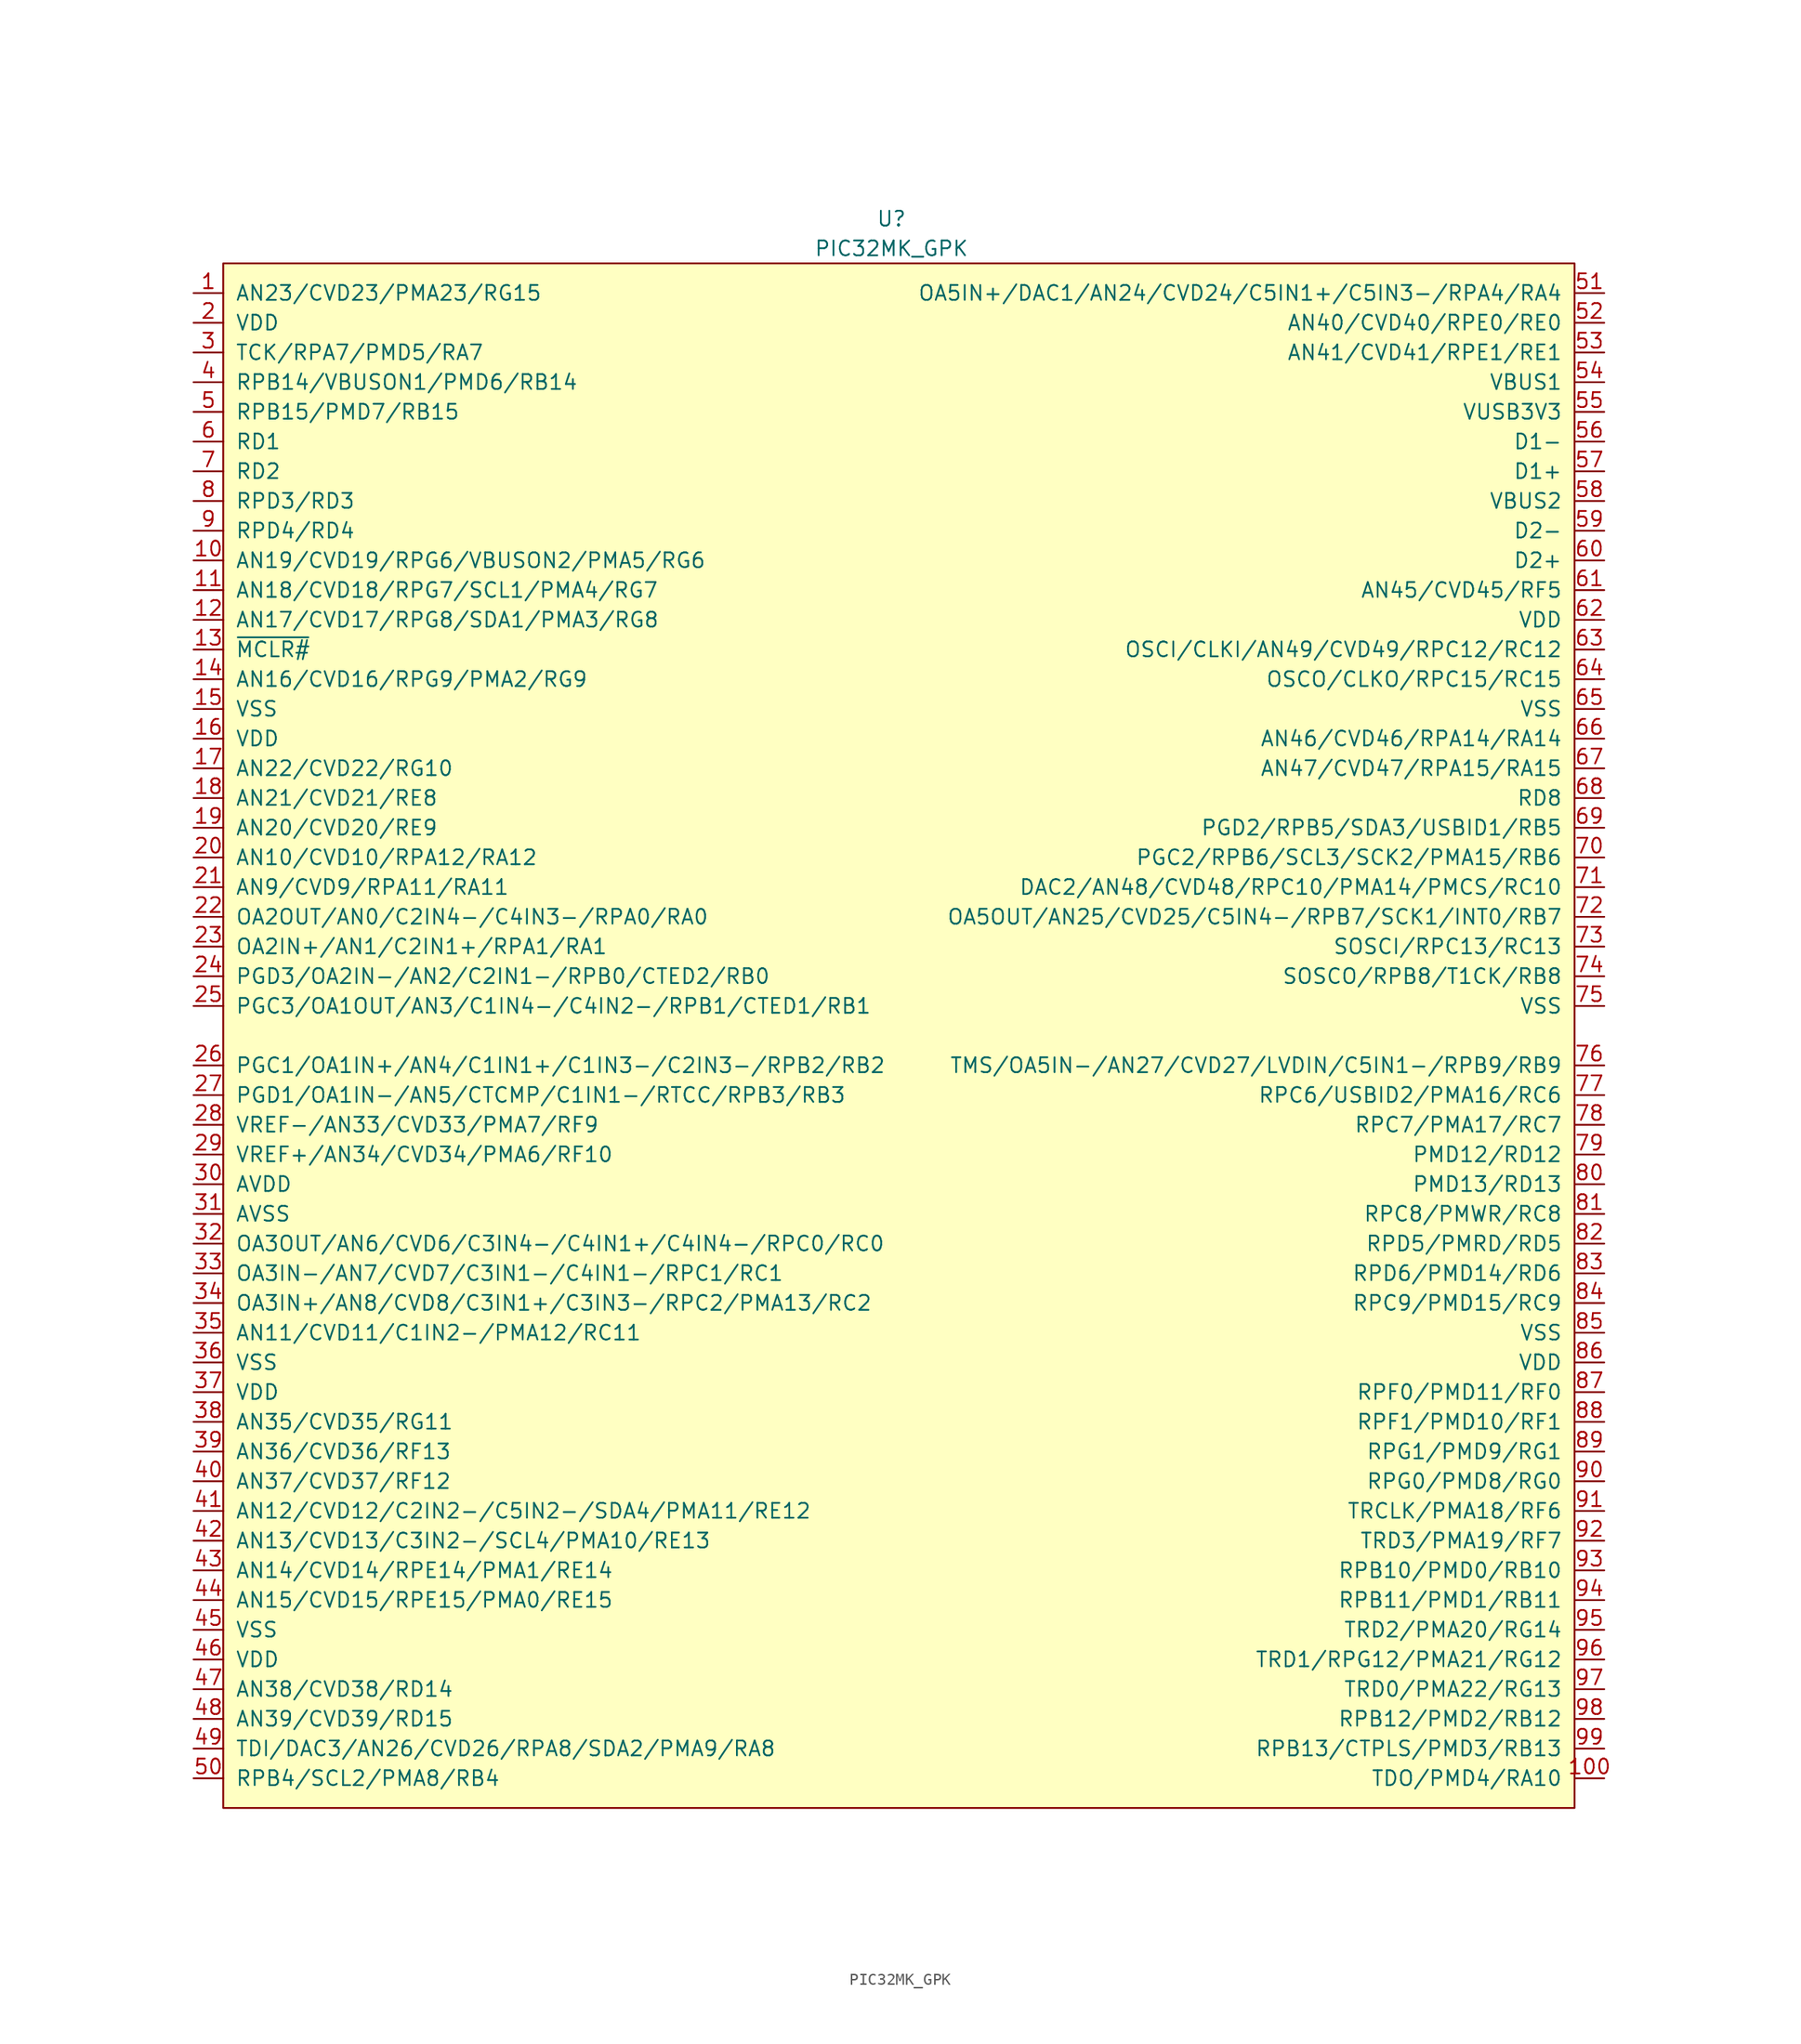
<source format=kicad_sym>
(kicad_symbol_lib
  (version 20220914)
  (generator kicad_symbol_editor)
  (symbol "PIC32MK_GPK"
    (pin_names
      (offset 1.016))
    (property "Reference" "U"
      (at 0 69.85 0)
      (effects (font (size 1.27 1.27))))
    (property "Value" "PIC32MK_GPK"
      (at 0 67.31 0)
      (effects (font (size 1.27 1.27))))
    (symbol "PIC32MK_GPK_0_1"
      (rectangle (start -57.15 66.04) (end 58.42 -66.04) (stroke (width 0) (type default)) (fill (type background))))
    (symbol "PIC32MK_GPK_1_1"
      (pin bidirectional line (at -59.69 63.5 0) (length 2.54) (name "AN23/CVD23/PMA23/RG15" (effects (font (size 1.27 1.27)))) (number "1" (effects (font (size 1.27 1.27)))))
      (pin bidirectional line (at -59.69 40.64 0) (length 2.54) (name "AN19/CVD19/RPG6/VBUSON2/PMA5/RG6" (effects (font (size 1.27 1.27)))) (number "10" (effects (font (size 1.27 1.27)))))
      (pin bidirectional line (at 60.96 -63.5 180) (length 2.54) (name "TDO/PMD4/RA10" (effects (font (size 1.27 1.27)))) (number "100" (effects (font (size 1.27 1.27)))))
      (pin bidirectional line (at -59.69 38.1 0) (length 2.54) (name "AN18/CVD18/RPG7/SCL1/PMA4/RG7" (effects (font (size 1.27 1.27)))) (number "11" (effects (font (size 1.27 1.27)))))
      (pin bidirectional line (at -59.69 35.56 0) (length 2.54) (name "AN17/CVD17/RPG8/SDA1/PMA3/RG8" (effects (font (size 1.27 1.27)))) (number "12" (effects (font (size 1.27 1.27)))))
      (pin bidirectional line (at -59.69 33.02 0) (length 2.54) (name "~{MCLR#}" (effects (font (size 1.27 1.27)))) (number "13" (effects (font (size 1.27 1.27)))))
      (pin bidirectional line (at -59.69 30.48 0) (length 2.54) (name "AN16/CVD16/RPG9/PMA2/RG9" (effects (font (size 1.27 1.27)))) (number "14" (effects (font (size 1.27 1.27)))))
      (pin power_in line (at -59.69 27.94 0) (length 2.54) (name "VSS" (effects (font (size 1.27 1.27)))) (number "15" (effects (font (size 1.27 1.27)))))
      (pin power_in line (at -59.69 25.4 0) (length 2.54) (name "VDD" (effects (font (size 1.27 1.27)))) (number "16" (effects (font (size 1.27 1.27)))))
      (pin bidirectional line (at -59.69 22.86 0) (length 2.54) (name "AN22/CVD22/RG10" (effects (font (size 1.27 1.27)))) (number "17" (effects (font (size 1.27 1.27)))))
      (pin bidirectional line (at -59.69 20.32 0) (length 2.54) (name "AN21/CVD21/RE8" (effects (font (size 1.27 1.27)))) (number "18" (effects (font (size 1.27 1.27)))))
      (pin bidirectional line (at -59.69 17.78 0) (length 2.54) (name "AN20/CVD20/RE9" (effects (font (size 1.27 1.27)))) (number "19" (effects (font (size 1.27 1.27)))))
      (pin power_in line (at -59.69 60.96 0) (length 2.54) (name "VDD" (effects (font (size 1.27 1.27)))) (number "2" (effects (font (size 1.27 1.27)))))
      (pin bidirectional line (at -59.69 15.24 0) (length 2.54) (name "AN10/CVD10/RPA12/RA12" (effects (font (size 1.27 1.27)))) (number "20" (effects (font (size 1.27 1.27)))))
      (pin bidirectional line (at -59.69 12.7 0) (length 2.54) (name "AN9/CVD9/RPA11/RA11" (effects (font (size 1.27 1.27)))) (number "21" (effects (font (size 1.27 1.27)))))
      (pin bidirectional line (at -59.69 10.16 0) (length 2.54) (name "OA2OUT/AN0/C2IN4-/C4IN3-/RPA0/RA0" (effects (font (size 1.27 1.27)))) (number "22" (effects (font (size 1.27 1.27)))))
      (pin bidirectional line (at -59.69 7.62 0) (length 2.54) (name "OA2IN+/AN1/C2IN1+/RPA1/RA1" (effects (font (size 1.27 1.27)))) (number "23" (effects (font (size 1.27 1.27)))))
      (pin bidirectional line (at -59.69 5.08 0) (length 2.54) (name "PGD3/OA2IN-/AN2/C2IN1-/RPB0/CTED2/RB0" (effects (font (size 1.27 1.27)))) (number "24" (effects (font (size 1.27 1.27)))))
      (pin bidirectional line (at -59.69 2.54 0) (length 2.54) (name "PGC3/OA1OUT/AN3/C1IN4-/C4IN2-/RPB1/CTED1/RB1" (effects (font (size 1.27 1.27)))) (number "25" (effects (font (size 1.27 1.27)))))
      (pin bidirectional line (at -59.69 -2.54 0) (length 2.54) (name "PGC1/OA1IN+/AN4/C1IN1+/C1IN3-/C2IN3-/RPB2/RB2" (effects (font (size 1.27 1.27)))) (number "26" (effects (font (size 1.27 1.27)))))
      (pin bidirectional line (at -59.69 -5.08 0) (length 2.54) (name "PGD1/OA1IN-/AN5/CTCMP/C1IN1-/RTCC/RPB3/RB3" (effects (font (size 1.27 1.27)))) (number "27" (effects (font (size 1.27 1.27)))))
      (pin bidirectional line (at -59.69 -7.62 0) (length 2.54) (name "VREF-/AN33/CVD33/PMA7/RF9" (effects (font (size 1.27 1.27)))) (number "28" (effects (font (size 1.27 1.27)))))
      (pin bidirectional line (at -59.69 -10.16 0) (length 2.54) (name "VREF+/AN34/CVD34/PMA6/RF10" (effects (font (size 1.27 1.27)))) (number "29" (effects (font (size 1.27 1.27)))))
      (pin bidirectional line (at -59.69 58.42 0) (length 2.54) (name "TCK/RPA7/PMD5/RA7" (effects (font (size 1.27 1.27)))) (number "3" (effects (font (size 1.27 1.27)))))
      (pin power_in line (at -59.69 -12.7 0) (length 2.54) (name "AVDD" (effects (font (size 1.27 1.27)))) (number "30" (effects (font (size 1.27 1.27)))))
      (pin power_in line (at -59.69 -15.24 0) (length 2.54) (name "AVSS" (effects (font (size 1.27 1.27)))) (number "31" (effects (font (size 1.27 1.27)))))
      (pin bidirectional line (at -59.69 -17.78 0) (length 2.54) (name "OA3OUT/AN6/CVD6/C3IN4-/C4IN1+/C4IN4-/RPC0/RC0" (effects (font (size 1.27 1.27)))) (number "32" (effects (font (size 1.27 1.27)))))
      (pin bidirectional line (at -59.69 -20.32 0) (length 2.54) (name "OA3IN-/AN7/CVD7/C3IN1-/C4IN1-/RPC1/RC1" (effects (font (size 1.27 1.27)))) (number "33" (effects (font (size 1.27 1.27)))))
      (pin bidirectional line (at -59.69 -22.86 0) (length 2.54) (name "OA3IN+/AN8/CVD8/C3IN1+/C3IN3-/RPC2/PMA13/RC2" (effects (font (size 1.27 1.27)))) (number "34" (effects (font (size 1.27 1.27)))))
      (pin bidirectional line (at -59.69 -25.4 0) (length 2.54) (name "AN11/CVD11/C1IN2-/PMA12/RC11" (effects (font (size 1.27 1.27)))) (number "35" (effects (font (size 1.27 1.27)))))
      (pin power_in line (at -59.69 -27.94 0) (length 2.54) (name "VSS" (effects (font (size 1.27 1.27)))) (number "36" (effects (font (size 1.27 1.27)))))
      (pin power_in line (at -59.69 -30.48 0) (length 2.54) (name "VDD" (effects (font (size 1.27 1.27)))) (number "37" (effects (font (size 1.27 1.27)))))
      (pin bidirectional line (at -59.69 -33.02 0) (length 2.54) (name "AN35/CVD35/RG11" (effects (font (size 1.27 1.27)))) (number "38" (effects (font (size 1.27 1.27)))))
      (pin bidirectional line (at -59.69 -35.56 0) (length 2.54) (name "AN36/CVD36/RF13" (effects (font (size 1.27 1.27)))) (number "39" (effects (font (size 1.27 1.27)))))
      (pin bidirectional line (at -59.69 55.88 0) (length 2.54) (name "RPB14/VBUSON1/PMD6/RB14" (effects (font (size 1.27 1.27)))) (number "4" (effects (font (size 1.27 1.27)))))
      (pin bidirectional line (at -59.69 -38.1 0) (length 2.54) (name "AN37/CVD37/RF12" (effects (font (size 1.27 1.27)))) (number "40" (effects (font (size 1.27 1.27)))))
      (pin bidirectional line (at -59.69 -40.64 0) (length 2.54) (name "AN12/CVD12/C2IN2-/C5IN2-/SDA4/PMA11/RE12" (effects (font (size 1.27 1.27)))) (number "41" (effects (font (size 1.27 1.27)))))
      (pin bidirectional line (at -59.69 -43.18 0) (length 2.54) (name "AN13/CVD13/C3IN2-/SCL4/PMA10/RE13" (effects (font (size 1.27 1.27)))) (number "42" (effects (font (size 1.27 1.27)))))
      (pin bidirectional line (at -59.69 -45.72 0) (length 2.54) (name "AN14/CVD14/RPE14/PMA1/RE14" (effects (font (size 1.27 1.27)))) (number "43" (effects (font (size 1.27 1.27)))))
      (pin bidirectional line (at -59.69 -48.26 0) (length 2.54) (name "AN15/CVD15/RPE15/PMA0/RE15" (effects (font (size 1.27 1.27)))) (number "44" (effects (font (size 1.27 1.27)))))
      (pin power_in line (at -59.69 -50.8 0) (length 2.54) (name "VSS" (effects (font (size 1.27 1.27)))) (number "45" (effects (font (size 1.27 1.27)))))
      (pin power_in line (at -59.69 -53.34 0) (length 2.54) (name "VDD" (effects (font (size 1.27 1.27)))) (number "46" (effects (font (size 1.27 1.27)))))
      (pin bidirectional line (at -59.69 -55.88 0) (length 2.54) (name "AN38/CVD38/RD14" (effects (font (size 1.27 1.27)))) (number "47" (effects (font (size 1.27 1.27)))))
      (pin bidirectional line (at -59.69 -58.42 0) (length 2.54) (name "AN39/CVD39/RD15" (effects (font (size 1.27 1.27)))) (number "48" (effects (font (size 1.27 1.27)))))
      (pin bidirectional line (at -59.69 -60.96 0) (length 2.54) (name "TDI/DAC3/AN26/CVD26/RPA8/SDA2/PMA9/RA8" (effects (font (size 1.27 1.27)))) (number "49" (effects (font (size 1.27 1.27)))))
      (pin bidirectional line (at -59.69 53.34 0) (length 2.54) (name "RPB15/PMD7/RB15" (effects (font (size 1.27 1.27)))) (number "5" (effects (font (size 1.27 1.27)))))
      (pin bidirectional line (at -59.69 -63.5 0) (length 2.54) (name "RPB4/SCL2/PMA8/RB4" (effects (font (size 1.27 1.27)))) (number "50" (effects (font (size 1.27 1.27)))))
      (pin bidirectional line (at 60.96 63.5 180) (length 2.54) (name "OA5IN+/DAC1/AN24/CVD24/C5IN1+/C5IN3-/RPA4/RA4" (effects (font (size 1.27 1.27)))) (number "51" (effects (font (size 1.27 1.27)))))
      (pin bidirectional line (at 60.96 60.96 180) (length 2.54) (name "AN40/CVD40/RPE0/RE0" (effects (font (size 1.27 1.27)))) (number "52" (effects (font (size 1.27 1.27)))))
      (pin bidirectional line (at 60.96 58.42 180) (length 2.54) (name "AN41/CVD41/RPE1/RE1" (effects (font (size 1.27 1.27)))) (number "53" (effects (font (size 1.27 1.27)))))
      (pin bidirectional line (at 60.96 55.88 180) (length 2.54) (name "VBUS1" (effects (font (size 1.27 1.27)))) (number "54" (effects (font (size 1.27 1.27)))))
      (pin power_in line (at 60.96 53.34 180) (length 2.54) (name "VUSB3V3" (effects (font (size 1.27 1.27)))) (number "55" (effects (font (size 1.27 1.27)))))
      (pin bidirectional line (at 60.96 50.8 180) (length 2.54) (name "D1-" (effects (font (size 1.27 1.27)))) (number "56" (effects (font (size 1.27 1.27)))))
      (pin bidirectional line (at 60.96 48.26 180) (length 2.54) (name "D1+" (effects (font (size 1.27 1.27)))) (number "57" (effects (font (size 1.27 1.27)))))
      (pin bidirectional line (at 60.96 45.72 180) (length 2.54) (name "VBUS2" (effects (font (size 1.27 1.27)))) (number "58" (effects (font (size 1.27 1.27)))))
      (pin bidirectional line (at 60.96 43.18 180) (length 2.54) (name "D2-" (effects (font (size 1.27 1.27)))) (number "59" (effects (font (size 1.27 1.27)))))
      (pin bidirectional line (at -59.69 50.8 0) (length 2.54) (name "RD1" (effects (font (size 1.27 1.27)))) (number "6" (effects (font (size 1.27 1.27)))))
      (pin bidirectional line (at 60.96 40.64 180) (length 2.54) (name "D2+" (effects (font (size 1.27 1.27)))) (number "60" (effects (font (size 1.27 1.27)))))
      (pin bidirectional line (at 60.96 38.1 180) (length 2.54) (name "AN45/CVD45/RF5" (effects (font (size 1.27 1.27)))) (number "61" (effects (font (size 1.27 1.27)))))
      (pin power_in line (at 60.96 35.56 180) (length 2.54) (name "VDD" (effects (font (size 1.27 1.27)))) (number "62" (effects (font (size 1.27 1.27)))))
      (pin bidirectional line (at 60.96 33.02 180) (length 2.54) (name "OSCI/CLKI/AN49/CVD49/RPC12/RC12" (effects (font (size 1.27 1.27)))) (number "63" (effects (font (size 1.27 1.27)))))
      (pin bidirectional line (at 60.96 30.48 180) (length 2.54) (name "OSCO/CLKO/RPC15/RC15" (effects (font (size 1.27 1.27)))) (number "64" (effects (font (size 1.27 1.27)))))
      (pin power_in line (at 60.96 27.94 180) (length 2.54) (name "VSS" (effects (font (size 1.27 1.27)))) (number "65" (effects (font (size 1.27 1.27)))))
      (pin bidirectional line (at 60.96 25.4 180) (length 2.54) (name "AN46/CVD46/RPA14/RA14" (effects (font (size 1.27 1.27)))) (number "66" (effects (font (size 1.27 1.27)))))
      (pin bidirectional line (at 60.96 22.86 180) (length 2.54) (name "AN47/CVD47/RPA15/RA15" (effects (font (size 1.27 1.27)))) (number "67" (effects (font (size 1.27 1.27)))))
      (pin bidirectional line (at 60.96 20.32 180) (length 2.54) (name "RD8" (effects (font (size 1.27 1.27)))) (number "68" (effects (font (size 1.27 1.27)))))
      (pin bidirectional line (at 60.96 17.78 180) (length 2.54) (name "PGD2/RPB5/SDA3/USBID1/RB5" (effects (font (size 1.27 1.27)))) (number "69" (effects (font (size 1.27 1.27)))))
      (pin bidirectional line (at -59.69 48.26 0) (length 2.54) (name "RD2" (effects (font (size 1.27 1.27)))) (number "7" (effects (font (size 1.27 1.27)))))
      (pin bidirectional line (at 60.96 15.24 180) (length 2.54) (name "PGC2/RPB6/SCL3/SCK2/PMA15/RB6" (effects (font (size 1.27 1.27)))) (number "70" (effects (font (size 1.27 1.27)))))
      (pin bidirectional line (at 60.96 12.7 180) (length 2.54) (name "DAC2/AN48/CVD48/RPC10/PMA14/PMCS/RC10" (effects (font (size 1.27 1.27)))) (number "71" (effects (font (size 1.27 1.27)))))
      (pin bidirectional line (at 60.96 10.16 180) (length 2.54) (name "OA5OUT/AN25/CVD25/C5IN4-/RPB7/SCK1/INT0/RB7" (effects (font (size 1.27 1.27)))) (number "72" (effects (font (size 1.27 1.27)))))
      (pin bidirectional line (at 60.96 7.62 180) (length 2.54) (name "SOSCI/RPC13/RC13" (effects (font (size 1.27 1.27)))) (number "73" (effects (font (size 1.27 1.27)))))
      (pin bidirectional line (at 60.96 5.08 180) (length 2.54) (name "SOSCO/RPB8/T1CK/RB8" (effects (font (size 1.27 1.27)))) (number "74" (effects (font (size 1.27 1.27)))))
      (pin power_in line (at 60.96 2.54 180) (length 2.54) (name "VSS" (effects (font (size 1.27 1.27)))) (number "75" (effects (font (size 1.27 1.27)))))
      (pin bidirectional line (at 60.96 -2.54 180) (length 2.54) (name "TMS/OA5IN-/AN27/CVD27/LVDIN/C5IN1-/RPB9/RB9" (effects (font (size 1.27 1.27)))) (number "76" (effects (font (size 1.27 1.27)))))
      (pin bidirectional line (at 60.96 -5.08 180) (length 2.54) (name "RPC6/USBID2/PMA16/RC6" (effects (font (size 1.27 1.27)))) (number "77" (effects (font (size 1.27 1.27)))))
      (pin bidirectional line (at 60.96 -7.62 180) (length 2.54) (name "RPC7/PMA17/RC7" (effects (font (size 1.27 1.27)))) (number "78" (effects (font (size 1.27 1.27)))))
      (pin bidirectional line (at 60.96 -10.16 180) (length 2.54) (name "PMD12/RD12" (effects (font (size 1.27 1.27)))) (number "79" (effects (font (size 1.27 1.27)))))
      (pin bidirectional line (at -59.69 45.72 0) (length 2.54) (name "RPD3/RD3" (effects (font (size 1.27 1.27)))) (number "8" (effects (font (size 1.27 1.27)))))
      (pin bidirectional line (at 60.96 -12.7 180) (length 2.54) (name "PMD13/RD13" (effects (font (size 1.27 1.27)))) (number "80" (effects (font (size 1.27 1.27)))))
      (pin bidirectional line (at 60.96 -15.24 180) (length 2.54) (name "RPC8/PMWR/RC8" (effects (font (size 1.27 1.27)))) (number "81" (effects (font (size 1.27 1.27)))))
      (pin bidirectional line (at 60.96 -17.78 180) (length 2.54) (name "RPD5/PMRD/RD5" (effects (font (size 1.27 1.27)))) (number "82" (effects (font (size 1.27 1.27)))))
      (pin bidirectional line (at 60.96 -20.32 180) (length 2.54) (name "RPD6/PMD14/RD6" (effects (font (size 1.27 1.27)))) (number "83" (effects (font (size 1.27 1.27)))))
      (pin bidirectional line (at 60.96 -22.86 180) (length 2.54) (name "RPC9/PMD15/RC9" (effects (font (size 1.27 1.27)))) (number "84" (effects (font (size 1.27 1.27)))))
      (pin power_in line (at 60.96 -25.4 180) (length 2.54) (name "VSS" (effects (font (size 1.27 1.27)))) (number "85" (effects (font (size 1.27 1.27)))))
      (pin power_in line (at 60.96 -27.94 180) (length 2.54) (name "VDD" (effects (font (size 1.27 1.27)))) (number "86" (effects (font (size 1.27 1.27)))))
      (pin bidirectional line (at 60.96 -30.48 180) (length 2.54) (name "RPF0/PMD11/RF0" (effects (font (size 1.27 1.27)))) (number "87" (effects (font (size 1.27 1.27)))))
      (pin bidirectional line (at 60.96 -33.02 180) (length 2.54) (name "RPF1/PMD10/RF1" (effects (font (size 1.27 1.27)))) (number "88" (effects (font (size 1.27 1.27)))))
      (pin bidirectional line (at 60.96 -35.56 180) (length 2.54) (name "RPG1/PMD9/RG1" (effects (font (size 1.27 1.27)))) (number "89" (effects (font (size 1.27 1.27)))))
      (pin bidirectional line (at -59.69 43.18 0) (length 2.54) (name "RPD4/RD4" (effects (font (size 1.27 1.27)))) (number "9" (effects (font (size 1.27 1.27)))))
      (pin bidirectional line (at 60.96 -38.1 180) (length 2.54) (name "RPG0/PMD8/RG0" (effects (font (size 1.27 1.27)))) (number "90" (effects (font (size 1.27 1.27)))))
      (pin bidirectional line (at 60.96 -40.64 180) (length 2.54) (name "TRCLK/PMA18/RF6" (effects (font (size 1.27 1.27)))) (number "91" (effects (font (size 1.27 1.27)))))
      (pin bidirectional line (at 60.96 -43.18 180) (length 2.54) (name "TRD3/PMA19/RF7" (effects (font (size 1.27 1.27)))) (number "92" (effects (font (size 1.27 1.27)))))
      (pin bidirectional line (at 60.96 -45.72 180) (length 2.54) (name "RPB10/PMD0/RB10" (effects (font (size 1.27 1.27)))) (number "93" (effects (font (size 1.27 1.27)))))
      (pin bidirectional line (at 60.96 -48.26 180) (length 2.54) (name "RPB11/PMD1/RB11" (effects (font (size 1.27 1.27)))) (number "94" (effects (font (size 1.27 1.27)))))
      (pin bidirectional line (at 60.96 -50.8 180) (length 2.54) (name "TRD2/PMA20/RG14" (effects (font (size 1.27 1.27)))) (number "95" (effects (font (size 1.27 1.27)))))
      (pin bidirectional line (at 60.96 -53.34 180) (length 2.54) (name "TRD1/RPG12/PMA21/RG12" (effects (font (size 1.27 1.27)))) (number "96" (effects (font (size 1.27 1.27)))))
      (pin bidirectional line (at 60.96 -55.88 180) (length 2.54) (name "TRD0/PMA22/RG13" (effects (font (size 1.27 1.27)))) (number "97" (effects (font (size 1.27 1.27)))))
      (pin bidirectional line (at 60.96 -58.42 180) (length 2.54) (name "RPB12/PMD2/RB12" (effects (font (size 1.27 1.27)))) (number "98" (effects (font (size 1.27 1.27)))))
      (pin bidirectional line (at 60.96 -60.96 180) (length 2.54) (name "RPB13/CTPLS/PMD3/RB13" (effects (font (size 1.27 1.27)))) (number "99" (effects (font (size 1.27 1.27))))))))
</source>
